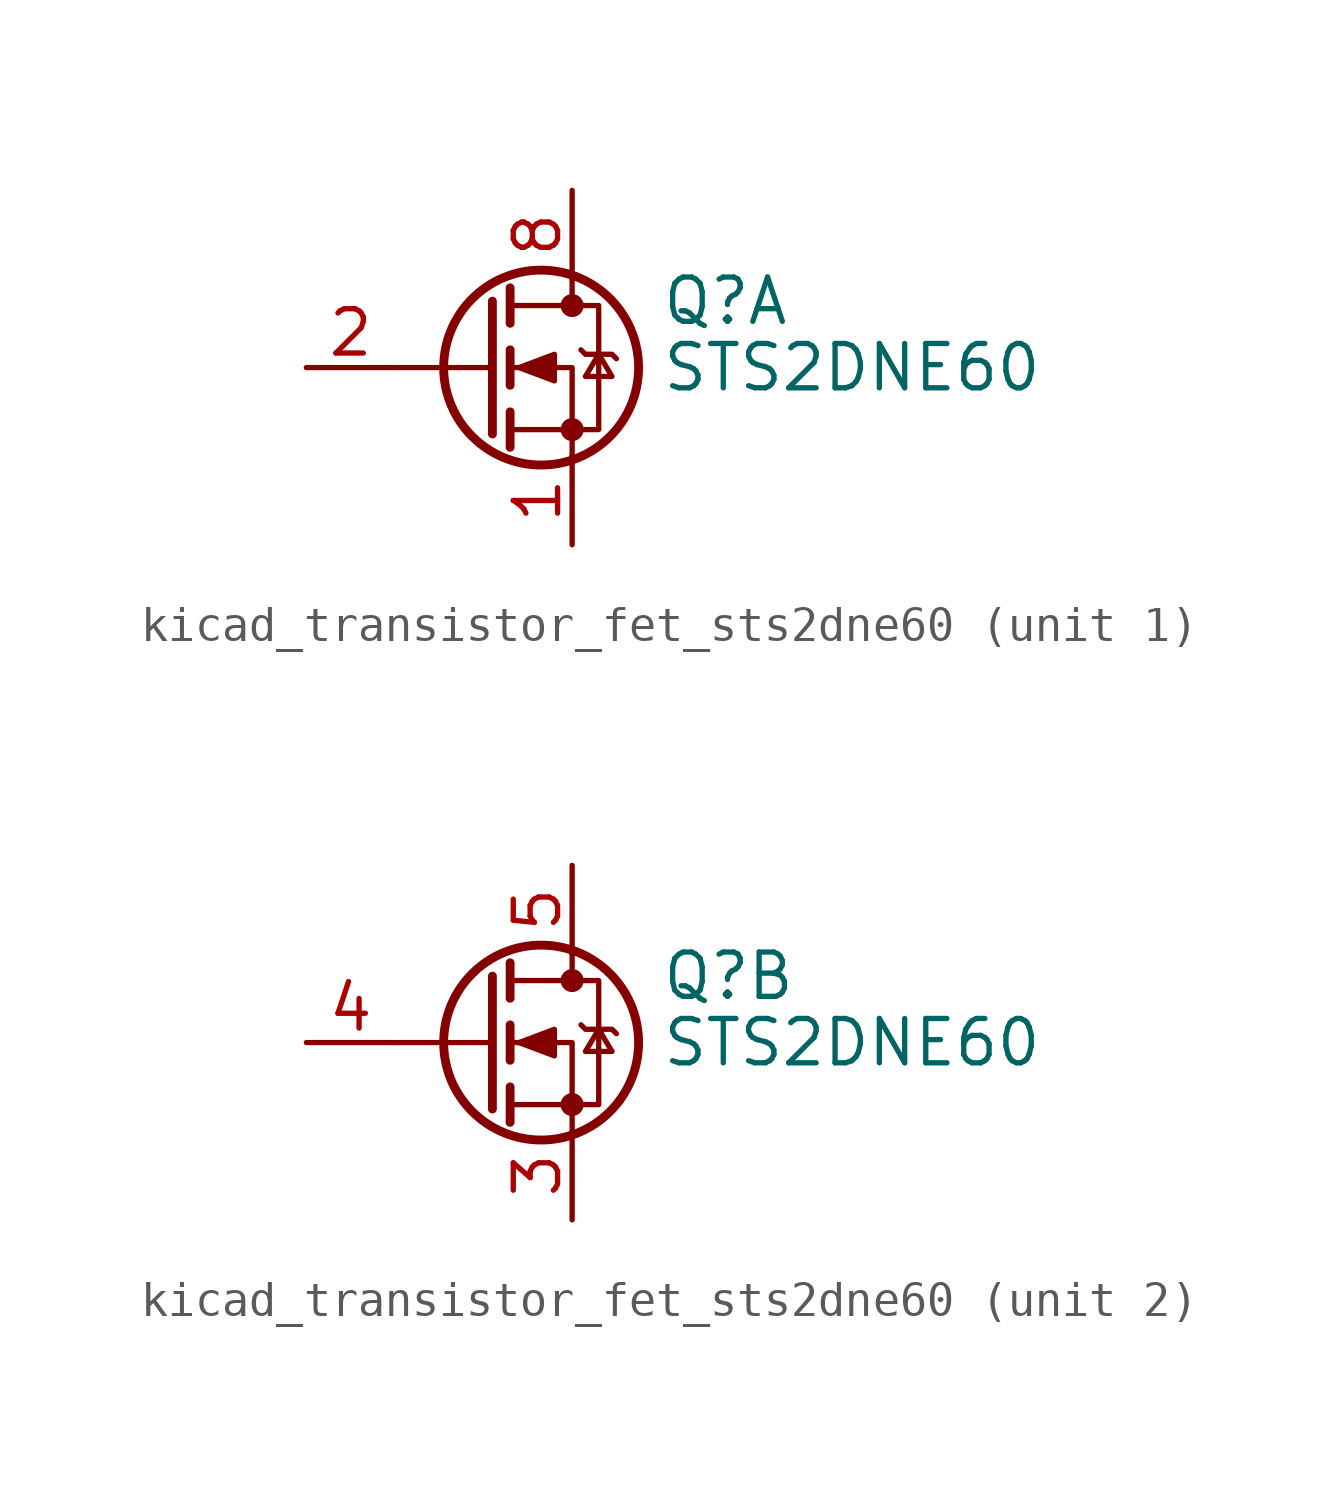
<source format=kicad_sym>
(kicad_symbol_lib
  (version 20220914)
  (generator kicad_symbol_editor)
  (symbol "kicad_transistor_fet_sts2dne60"
    (pin_names hide)
    (property "Reference" "Q"
      (at 5.08 1.905 0)
      (effects (font (size 1.27 1.27)) (justify left)))
    (property "Value" "STS2DNE60"
      (at 5.08 0 0)
      (effects (font (size 1.27 1.27)) (justify left)))
    (symbol "kicad_transistor_fet_sts2dne60_0_1"
      (polyline (pts (xy 0.254 0) (xy -2.54 0)) (stroke (width 0) (type default)) (fill (type none)))
      (polyline (pts (xy 0.254 1.905) (xy 0.254 -1.905)) (stroke (width 0.254) (type default)) (fill (type none)))
      (polyline (pts (xy 0.762 -1.27) (xy 0.762 -2.286)) (stroke (width 0.254) (type default)) (fill (type none)))
      (polyline (pts (xy 0.762 0.508) (xy 0.762 -0.508)) (stroke (width 0.254) (type default)) (fill (type none)))
      (polyline (pts (xy 0.762 2.286) (xy 0.762 1.27)) (stroke (width 0.254) (type default)) (fill (type none)))
      (polyline (pts (xy 2.54 2.54) (xy 2.54 1.778)) (stroke (width 0) (type default)) (fill (type none)))
      (polyline (pts (xy 2.54 -2.54) (xy 2.54 0) (xy 0.762 0)) (stroke (width 0) (type default)) (fill (type none)))
      (polyline (pts (xy 0.762 -1.778) (xy 3.302 -1.778) (xy 3.302 1.778) (xy 0.762 1.778)) (stroke (width 0) (type default)) (fill (type none)))
      (polyline (pts (xy 1.016 0) (xy 2.032 0.381) (xy 2.032 -0.381) (xy 1.016 0)) (stroke (width 0) (type default)) (fill (type outline)))
      (polyline (pts (xy 2.794 0.508) (xy 2.921 0.381) (xy 3.683 0.381) (xy 3.81 0.254)) (stroke (width 0) (type default)) (fill (type none)))
      (polyline (pts (xy 3.302 0.381) (xy 2.921 -0.254) (xy 3.683 -0.254) (xy 3.302 0.381)) (stroke (width 0) (type default)) (fill (type none)))
      (circle (center 1.651 0) (radius 2.794) (stroke (width 0.254) (type default)) (fill (type none)))
      (circle (center 2.54 -1.778) (radius 0.254) (stroke (width 0) (type default)) (fill (type outline)))
      (circle (center 2.54 1.778) (radius 0.254) (stroke (width 0) (type default)) (fill (type outline))))
    (symbol "kicad_transistor_fet_sts2dne60_1_1"
      (pin passive line (at 2.54 -5.08 90) (length 2.54) (name "S1" (effects (font (size 1.27 1.27)))) (number "1" (effects (font (size 1.27 1.27)))))
      (pin passive line (at -5.08 0 0) (length 2.54) (name "G1" (effects (font (size 1.27 1.27)))) (number "2" (effects (font (size 1.27 1.27)))))
      (pin passive line (at 2.54 5.08 270) (length 2.54) hide (name "D1" (effects (font (size 1.27 1.27)))) (number "7" (effects (font (size 1.27 1.27)))))
      (pin passive line (at 2.54 5.08 270) (length 2.54) (name "D1" (effects (font (size 1.27 1.27)))) (number "8" (effects (font (size 1.27 1.27))))))
    (symbol "kicad_transistor_fet_sts2dne60_2_1"
      (pin passive line (at 2.54 -5.08 90) (length 2.54) (name "S2" (effects (font (size 1.27 1.27)))) (number "3" (effects (font (size 1.27 1.27)))))
      (pin passive line (at -5.08 0 0) (length 2.54) (name "G2" (effects (font (size 1.27 1.27)))) (number "4" (effects (font (size 1.27 1.27)))))
      (pin passive line (at 2.54 5.08 270) (length 2.54) (name "D2" (effects (font (size 1.27 1.27)))) (number "5" (effects (font (size 1.27 1.27)))))
      (pin passive line (at 2.54 5.08 270) (length 2.54) hide (name "D2" (effects (font (size 1.27 1.27)))) (number "6" (effects (font (size 1.27 1.27))))))))
</source>
